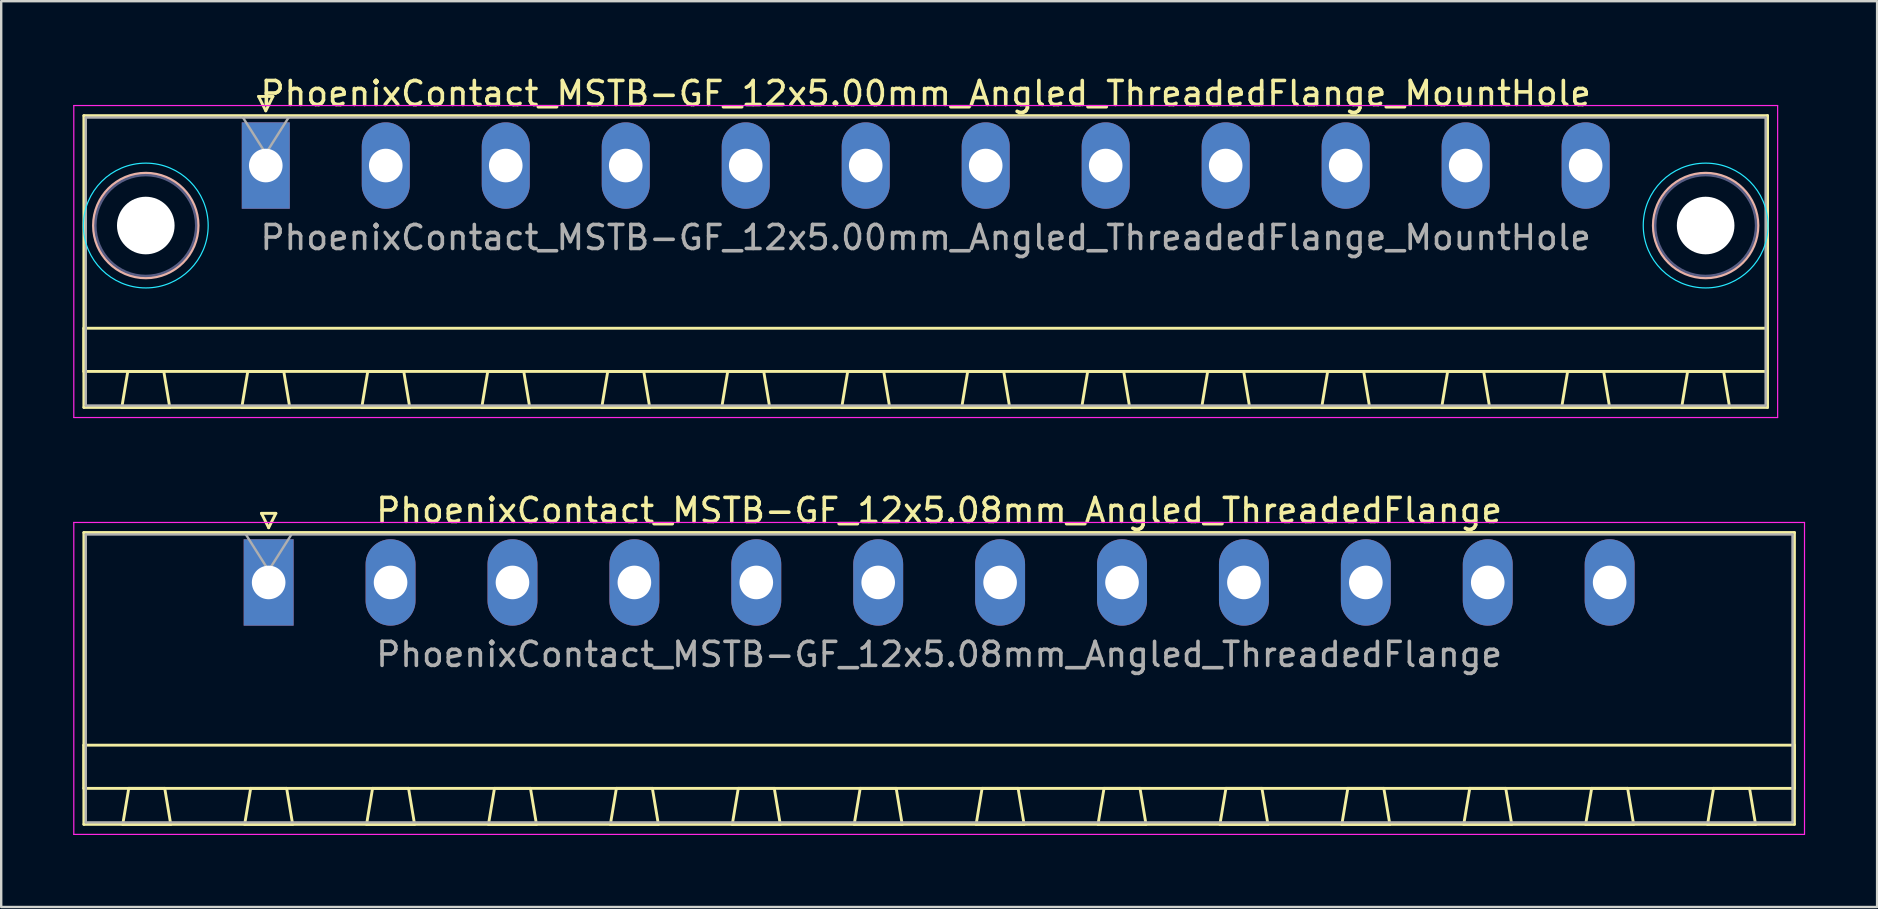
<source format=kicad_pcb>
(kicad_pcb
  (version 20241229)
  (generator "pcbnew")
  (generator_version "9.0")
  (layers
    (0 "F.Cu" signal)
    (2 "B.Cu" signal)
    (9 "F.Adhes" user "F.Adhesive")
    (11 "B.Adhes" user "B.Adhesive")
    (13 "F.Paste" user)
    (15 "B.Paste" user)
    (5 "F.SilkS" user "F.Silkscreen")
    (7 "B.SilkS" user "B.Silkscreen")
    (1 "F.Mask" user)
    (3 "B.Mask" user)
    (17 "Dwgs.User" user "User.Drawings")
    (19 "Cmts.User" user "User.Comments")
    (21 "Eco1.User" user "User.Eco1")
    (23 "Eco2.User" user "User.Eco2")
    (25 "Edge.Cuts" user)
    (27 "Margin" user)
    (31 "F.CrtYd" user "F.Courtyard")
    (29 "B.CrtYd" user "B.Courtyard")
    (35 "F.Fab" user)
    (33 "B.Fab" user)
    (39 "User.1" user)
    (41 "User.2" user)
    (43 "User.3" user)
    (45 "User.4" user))
  (footprint "PhoenixContact_MSTB-GF_12x5.08mm_Angled_ThreadedFlange"
    (layer "F.Cu")
    (at 8.145 21.221)
    (property "Reference" "PhoenixContact_MSTB-GF_12x5.08mm_Angled_ThreadedFlange" (at 27.94 -3 0) (layer "F.SilkS") (effects (font (size 1 1) (thickness 0.15))))
    (attr through_hole)
    (fp_line (start -7.7 -2.08) (end -7.7 10.08) (stroke (width 0.12) (type solid)) (layer "F.SilkS"))
    (fp_line (start -7.7 6.78) (end 63.58 6.78) (stroke (width 0.12) (type solid)) (layer "F.SilkS"))
    (fp_line (start -7.7 8.58) (end -7.7 6.78) (stroke (width 0.12) (type solid)) (layer "F.SilkS"))
    (fp_line (start -7.7 10.08) (end 63.58 10.08) (stroke (width 0.12) (type solid)) (layer "F.SilkS"))
    (fp_line (start -6.08 10.08) (end -4.08 10.08) (stroke (width 0.12) (type solid)) (layer "F.SilkS"))
    (fp_line (start -5.83 8.58) (end -6.08 10.08) (stroke (width 0.12) (type solid)) (layer "F.SilkS"))
    (fp_line (start -4.33 8.58) (end -5.83 8.58) (stroke (width 0.12) (type solid)) (layer "F.SilkS"))
    (fp_line (start -4.08 10.08) (end -4.33 8.58) (stroke (width 0.12) (type solid)) (layer "F.SilkS"))
    (fp_line (start -1 10.08) (end 1 10.08) (stroke (width 0.12) (type solid)) (layer "F.SilkS"))
    (fp_line (start -0.75 8.58) (end -1 10.08) (stroke (width 0.12) (type solid)) (layer "F.SilkS"))
    (fp_line (start -0.3 -2.88) (end 0.3 -2.88) (stroke (width 0.12) (type solid)) (layer "F.SilkS"))
    (fp_line (start 0 -2.28) (end -0.3 -2.88) (stroke (width 0.12) (type solid)) (layer "F.SilkS"))
    (fp_line (start 0.3 -2.88) (end 0 -2.28) (stroke (width 0.12) (type solid)) (layer "F.SilkS"))
    (fp_line (start 0.75 8.58) (end -0.75 8.58) (stroke (width 0.12) (type solid)) (layer "F.SilkS"))
    (fp_line (start 1 10.08) (end 0.75 8.58) (stroke (width 0.12) (type solid)) (layer "F.SilkS"))
    (fp_line (start 4.08 10.08) (end 6.08 10.08) (stroke (width 0.12) (type solid)) (layer "F.SilkS"))
    (fp_line (start 4.33 8.58) (end 4.08 10.08) (stroke (width 0.12) (type solid)) (layer "F.SilkS"))
    (fp_line (start 5.83 8.58) (end 4.33 8.58) (stroke (width 0.12) (type solid)) (layer "F.SilkS"))
    (fp_line (start 6.08 10.08) (end 5.83 8.58) (stroke (width 0.12) (type solid)) (layer "F.SilkS"))
    (fp_line (start 9.16 10.08) (end 11.16 10.08) (stroke (width 0.12) (type solid)) (layer "F.SilkS"))
    (fp_line (start 9.41 8.58) (end 9.16 10.08) (stroke (width 0.12) (type solid)) (layer "F.SilkS"))
    (fp_line (start 10.91 8.58) (end 9.41 8.58) (stroke (width 0.12) (type solid)) (layer "F.SilkS"))
    (fp_line (start 11.16 10.08) (end 10.91 8.58) (stroke (width 0.12) (type solid)) (layer "F.SilkS"))
    (fp_line (start 14.24 10.08) (end 16.24 10.08) (stroke (width 0.12) (type solid)) (layer "F.SilkS"))
    (fp_line (start 14.49 8.58) (end 14.24 10.08) (stroke (width 0.12) (type solid)) (layer "F.SilkS"))
    (fp_line (start 15.99 8.58) (end 14.49 8.58) (stroke (width 0.12) (type solid)) (layer "F.SilkS"))
    (fp_line (start 16.24 10.08) (end 15.99 8.58) (stroke (width 0.12) (type solid)) (layer "F.SilkS"))
    (fp_line (start 19.32 10.08) (end 21.32 10.08) (stroke (width 0.12) (type solid)) (layer "F.SilkS"))
    (fp_line (start 19.57 8.58) (end 19.32 10.08) (stroke (width 0.12) (type solid)) (layer "F.SilkS"))
    (fp_line (start 21.07 8.58) (end 19.57 8.58) (stroke (width 0.12) (type solid)) (layer "F.SilkS"))
    (fp_line (start 21.32 10.08) (end 21.07 8.58) (stroke (width 0.12) (type solid)) (layer "F.SilkS"))
    (fp_line (start 24.4 10.08) (end 26.4 10.08) (stroke (width 0.12) (type solid)) (layer "F.SilkS"))
    (fp_line (start 24.65 8.58) (end 24.4 10.08) (stroke (width 0.12) (type solid)) (layer "F.SilkS"))
    (fp_line (start 26.15 8.58) (end 24.65 8.58) (stroke (width 0.12) (type solid)) (layer "F.SilkS"))
    (fp_line (start 26.4 10.08) (end 26.15 8.58) (stroke (width 0.12) (type solid)) (layer "F.SilkS"))
    (fp_line (start 29.48 10.08) (end 31.48 10.08) (stroke (width 0.12) (type solid)) (layer "F.SilkS"))
    (fp_line (start 29.73 8.58) (end 29.48 10.08) (stroke (width 0.12) (type solid)) (layer "F.SilkS"))
    (fp_line (start 31.23 8.58) (end 29.73 8.58) (stroke (width 0.12) (type solid)) (layer "F.SilkS"))
    (fp_line (start 31.48 10.08) (end 31.23 8.58) (stroke (width 0.12) (type solid)) (layer "F.SilkS"))
    (fp_line (start 34.56 10.08) (end 36.56 10.08) (stroke (width 0.12) (type solid)) (layer "F.SilkS"))
    (fp_line (start 34.81 8.58) (end 34.56 10.08) (stroke (width 0.12) (type solid)) (layer "F.SilkS"))
    (fp_line (start 36.31 8.58) (end 34.81 8.58) (stroke (width 0.12) (type solid)) (layer "F.SilkS"))
    (fp_line (start 36.56 10.08) (end 36.31 8.58) (stroke (width 0.12) (type solid)) (layer "F.SilkS"))
    (fp_line (start 39.64 10.08) (end 41.64 10.08) (stroke (width 0.12) (type solid)) (layer "F.SilkS"))
    (fp_line (start 39.89 8.58) (end 39.64 10.08) (stroke (width 0.12) (type solid)) (layer "F.SilkS"))
    (fp_line (start 41.39 8.58) (end 39.89 8.58) (stroke (width 0.12) (type solid)) (layer "F.SilkS"))
    (fp_line (start 41.64 10.08) (end 41.39 8.58) (stroke (width 0.12) (type solid)) (layer "F.SilkS"))
    (fp_line (start 44.72 10.08) (end 46.72 10.08) (stroke (width 0.12) (type solid)) (layer "F.SilkS"))
    (fp_line (start 44.97 8.58) (end 44.72 10.08) (stroke (width 0.12) (type solid)) (layer "F.SilkS"))
    (fp_line (start 46.47 8.58) (end 44.97 8.58) (stroke (width 0.12) (type solid)) (layer "F.SilkS"))
    (fp_line (start 46.72 10.08) (end 46.47 8.58) (stroke (width 0.12) (type solid)) (layer "F.SilkS"))
    (fp_line (start 49.8 10.08) (end 51.8 10.08) (stroke (width 0.12) (type solid)) (layer "F.SilkS"))
    (fp_line (start 50.05 8.58) (end 49.8 10.08) (stroke (width 0.12) (type solid)) (layer "F.SilkS"))
    (fp_line (start 51.55 8.58) (end 50.05 8.58) (stroke (width 0.12) (type solid)) (layer "F.SilkS"))
    (fp_line (start 51.8 10.08) (end 51.55 8.58) (stroke (width 0.12) (type solid)) (layer "F.SilkS"))
    (fp_line (start 54.88 10.08) (end 56.88 10.08) (stroke (width 0.12) (type solid)) (layer "F.SilkS"))
    (fp_line (start 55.13 8.58) (end 54.88 10.08) (stroke (width 0.12) (type solid)) (layer "F.SilkS"))
    (fp_line (start 56.63 8.58) (end 55.13 8.58) (stroke (width 0.12) (type solid)) (layer "F.SilkS"))
    (fp_line (start 56.88 10.08) (end 56.63 8.58) (stroke (width 0.12) (type solid)) (layer "F.SilkS"))
    (fp_line (start 59.96 10.08) (end 61.96 10.08) (stroke (width 0.12) (type solid)) (layer "F.SilkS"))
    (fp_line (start 60.21 8.58) (end 59.96 10.08) (stroke (width 0.12) (type solid)) (layer "F.SilkS"))
    (fp_line (start 61.71 8.58) (end 60.21 8.58) (stroke (width 0.12) (type solid)) (layer "F.SilkS"))
    (fp_line (start 61.96 10.08) (end 61.71 8.58) (stroke (width 0.12) (type solid)) (layer "F.SilkS"))
    (fp_line (start 63.58 -2.08) (end -7.7 -2.08) (stroke (width 0.12) (type solid)) (layer "F.SilkS"))
    (fp_line (start 63.58 6.78) (end 63.58 8.58) (stroke (width 0.12) (type solid)) (layer "F.SilkS"))
    (fp_line (start 63.58 8.58) (end -7.7 8.58) (stroke (width 0.12) (type solid)) (layer "F.SilkS"))
    (fp_line (start 63.58 10.08) (end 63.58 -2.08) (stroke (width 0.12) (type solid)) (layer "F.SilkS"))
    (fp_line (start -8.12 -2.5) (end -8.12 10.5) (stroke (width 0.05) (type solid)) (layer "F.CrtYd"))
    (fp_line (start -8.12 10.5) (end 64 10.5) (stroke (width 0.05) (type solid)) (layer "F.CrtYd"))
    (fp_line (start 64 -2.5) (end -8.12 -2.5) (stroke (width 0.05) (type solid)) (layer "F.CrtYd"))
    (fp_line (start 64 10.5) (end 64 -2.5) (stroke (width 0.05) (type solid)) (layer "F.CrtYd"))
    (fp_line (start -7.62 -2) (end -7.62 10) (stroke (width 0.1) (type solid)) (layer "F.Fab"))
    (fp_line (start -7.62 10) (end 63.5 10) (stroke (width 0.1) (type solid)) (layer "F.Fab"))
    (fp_line (start 0 -0.5) (end -0.95 -2) (stroke (width 0.1) (type solid)) (layer "F.Fab"))
    (fp_line (start 0.95 -2) (end 0 -0.5) (stroke (width 0.1) (type solid)) (layer "F.Fab"))
    (fp_line (start 63.5 -2) (end -7.62 -2) (stroke (width 0.1) (type solid)) (layer "F.Fab"))
    (fp_line (start 63.5 10) (end 63.5 -2) (stroke (width 0.1) (type solid)) (layer "F.Fab"))
    (fp_text user "${REFERENCE}" (at 27.94 3 0) (layer "F.Fab") (effects (font (size 1 1) (thickness 0.15))))
    (pad "1" thru_hole rect (at 0 0) (size 2.08 3.6) (drill 1.4) (layers "*.Cu" "*.Mask"))
    (pad "2" thru_hole oval (at 5.08 0) (size 2.08 3.6) (drill 1.4) (layers "*.Cu" "*.Mask"))
    (pad "3" thru_hole oval (at 10.16 0) (size 2.08 3.6) (drill 1.4) (layers "*.Cu" "*.Mask"))
    (pad "4" thru_hole oval (at 15.24 0) (size 2.08 3.6) (drill 1.4) (layers "*.Cu" "*.Mask"))
    (pad "5" thru_hole oval (at 20.32 0) (size 2.08 3.6) (drill 1.4) (layers "*.Cu" "*.Mask"))
    (pad "6" thru_hole oval (at 25.4 0) (size 2.08 3.6) (drill 1.4) (layers "*.Cu" "*.Mask"))
    (pad "7" thru_hole oval (at 30.48 0) (size 2.08 3.6) (drill 1.4) (layers "*.Cu" "*.Mask"))
    (pad "8" thru_hole oval (at 35.56 0) (size 2.08 3.6) (drill 1.4) (layers "*.Cu" "*.Mask"))
    (pad "9" thru_hole oval (at 40.64 0) (size 2.08 3.6) (drill 1.4) (layers "*.Cu" "*.Mask"))
    (pad "10" thru_hole oval (at 45.72 0) (size 2.08 3.6) (drill 1.4) (layers "*.Cu" "*.Mask"))
    (pad "11" thru_hole oval (at 50.8 0) (size 2.08 3.6) (drill 1.4) (layers "*.Cu" "*.Mask"))
    (pad "12" thru_hole oval (at 55.88 0) (size 2.08 3.6) (drill 1.4) (layers "*.Cu" "*.Mask")))
  (footprint "PhoenixContact_MSTB-GF_12x5.00mm_Angled_ThreadedFlange_MountHole"
    (layer "F.Cu")
    (at 8.025 3.848)
    (property "Reference" "PhoenixContact_MSTB-GF_12x5.00mm_Angled_ThreadedFlange_MountHole" (at 27.5 -3 0) (layer "F.SilkS") (effects (font (size 1 1) (thickness 0.15))))
    (attr through_hole)
    (fp_line (start -7.58 -2.08) (end -7.58 10.08) (stroke (width 0.12) (type solid)) (layer "F.SilkS"))
    (fp_line (start -7.58 6.78) (end 62.58 6.78) (stroke (width 0.12) (type solid)) (layer "F.SilkS"))
    (fp_line (start -7.58 8.58) (end -7.58 6.78) (stroke (width 0.12) (type solid)) (layer "F.SilkS"))
    (fp_line (start -7.58 10.08) (end 62.58 10.08) (stroke (width 0.12) (type solid)) (layer "F.SilkS"))
    (fp_line (start -6 10.08) (end -4 10.08) (stroke (width 0.12) (type solid)) (layer "F.SilkS"))
    (fp_line (start -5.75 8.58) (end -6 10.08) (stroke (width 0.12) (type solid)) (layer "F.SilkS"))
    (fp_line (start -4.25 8.58) (end -5.75 8.58) (stroke (width 0.12) (type solid)) (layer "F.SilkS"))
    (fp_line (start -4 10.08) (end -4.25 8.58) (stroke (width 0.12) (type solid)) (layer "F.SilkS"))
    (fp_line (start -1 10.08) (end 1 10.08) (stroke (width 0.12) (type solid)) (layer "F.SilkS"))
    (fp_line (start -0.75 8.58) (end -1 10.08) (stroke (width 0.12) (type solid)) (layer "F.SilkS"))
    (fp_line (start -0.3 -2.88) (end 0.3 -2.88) (stroke (width 0.12) (type solid)) (layer "F.SilkS"))
    (fp_line (start 0 -2.28) (end -0.3 -2.88) (stroke (width 0.12) (type solid)) (layer "F.SilkS"))
    (fp_line (start 0.3 -2.88) (end 0 -2.28) (stroke (width 0.12) (type solid)) (layer "F.SilkS"))
    (fp_line (start 0.75 8.58) (end -0.75 8.58) (stroke (width 0.12) (type solid)) (layer "F.SilkS"))
    (fp_line (start 1 10.08) (end 0.75 8.58) (stroke (width 0.12) (type solid)) (layer "F.SilkS"))
    (fp_line (start 4 10.08) (end 6 10.08) (stroke (width 0.12) (type solid)) (layer "F.SilkS"))
    (fp_line (start 4.25 8.58) (end 4 10.08) (stroke (width 0.12) (type solid)) (layer "F.SilkS"))
    (fp_line (start 5.75 8.58) (end 4.25 8.58) (stroke (width 0.12) (type solid)) (layer "F.SilkS"))
    (fp_line (start 6 10.08) (end 5.75 8.58) (stroke (width 0.12) (type solid)) (layer "F.SilkS"))
    (fp_line (start 9 10.08) (end 11 10.08) (stroke (width 0.12) (type solid)) (layer "F.SilkS"))
    (fp_line (start 9.25 8.58) (end 9 10.08) (stroke (width 0.12) (type solid)) (layer "F.SilkS"))
    (fp_line (start 10.75 8.58) (end 9.25 8.58) (stroke (width 0.12) (type solid)) (layer "F.SilkS"))
    (fp_line (start 11 10.08) (end 10.75 8.58) (stroke (width 0.12) (type solid)) (layer "F.SilkS"))
    (fp_line (start 14 10.08) (end 16 10.08) (stroke (width 0.12) (type solid)) (layer "F.SilkS"))
    (fp_line (start 14.25 8.58) (end 14 10.08) (stroke (width 0.12) (type solid)) (layer "F.SilkS"))
    (fp_line (start 15.75 8.58) (end 14.25 8.58) (stroke (width 0.12) (type solid)) (layer "F.SilkS"))
    (fp_line (start 16 10.08) (end 15.75 8.58) (stroke (width 0.12) (type solid)) (layer "F.SilkS"))
    (fp_line (start 19 10.08) (end 21 10.08) (stroke (width 0.12) (type solid)) (layer "F.SilkS"))
    (fp_line (start 19.25 8.58) (end 19 10.08) (stroke (width 0.12) (type solid)) (layer "F.SilkS"))
    (fp_line (start 20.75 8.58) (end 19.25 8.58) (stroke (width 0.12) (type solid)) (layer "F.SilkS"))
    (fp_line (start 21 10.08) (end 20.75 8.58) (stroke (width 0.12) (type solid)) (layer "F.SilkS"))
    (fp_line (start 24 10.08) (end 26 10.08) (stroke (width 0.12) (type solid)) (layer "F.SilkS"))
    (fp_line (start 24.25 8.58) (end 24 10.08) (stroke (width 0.12) (type solid)) (layer "F.SilkS"))
    (fp_line (start 25.75 8.58) (end 24.25 8.58) (stroke (width 0.12) (type solid)) (layer "F.SilkS"))
    (fp_line (start 26 10.08) (end 25.75 8.58) (stroke (width 0.12) (type solid)) (layer "F.SilkS"))
    (fp_line (start 29 10.08) (end 31 10.08) (stroke (width 0.12) (type solid)) (layer "F.SilkS"))
    (fp_line (start 29.25 8.58) (end 29 10.08) (stroke (width 0.12) (type solid)) (layer "F.SilkS"))
    (fp_line (start 30.75 8.58) (end 29.25 8.58) (stroke (width 0.12) (type solid)) (layer "F.SilkS"))
    (fp_line (start 31 10.08) (end 30.75 8.58) (stroke (width 0.12) (type solid)) (layer "F.SilkS"))
    (fp_line (start 34 10.08) (end 36 10.08) (stroke (width 0.12) (type solid)) (layer "F.SilkS"))
    (fp_line (start 34.25 8.58) (end 34 10.08) (stroke (width 0.12) (type solid)) (layer "F.SilkS"))
    (fp_line (start 35.75 8.58) (end 34.25 8.58) (stroke (width 0.12) (type solid)) (layer "F.SilkS"))
    (fp_line (start 36 10.08) (end 35.75 8.58) (stroke (width 0.12) (type solid)) (layer "F.SilkS"))
    (fp_line (start 39 10.08) (end 41 10.08) (stroke (width 0.12) (type solid)) (layer "F.SilkS"))
    (fp_line (start 39.25 8.58) (end 39 10.08) (stroke (width 0.12) (type solid)) (layer "F.SilkS"))
    (fp_line (start 40.75 8.58) (end 39.25 8.58) (stroke (width 0.12) (type solid)) (layer "F.SilkS"))
    (fp_line (start 41 10.08) (end 40.75 8.58) (stroke (width 0.12) (type solid)) (layer "F.SilkS"))
    (fp_line (start 44 10.08) (end 46 10.08) (stroke (width 0.12) (type solid)) (layer "F.SilkS"))
    (fp_line (start 44.25 8.58) (end 44 10.08) (stroke (width 0.12) (type solid)) (layer "F.SilkS"))
    (fp_line (start 45.75 8.58) (end 44.25 8.58) (stroke (width 0.12) (type solid)) (layer "F.SilkS"))
    (fp_line (start 46 10.08) (end 45.75 8.58) (stroke (width 0.12) (type solid)) (layer "F.SilkS"))
    (fp_line (start 49 10.08) (end 51 10.08) (stroke (width 0.12) (type solid)) (layer "F.SilkS"))
    (fp_line (start 49.25 8.58) (end 49 10.08) (stroke (width 0.12) (type solid)) (layer "F.SilkS"))
    (fp_line (start 50.75 8.58) (end 49.25 8.58) (stroke (width 0.12) (type solid)) (layer "F.SilkS"))
    (fp_line (start 51 10.08) (end 50.75 8.58) (stroke (width 0.12) (type solid)) (layer "F.SilkS"))
    (fp_line (start 54 10.08) (end 56 10.08) (stroke (width 0.12) (type solid)) (layer "F.SilkS"))
    (fp_line (start 54.25 8.58) (end 54 10.08) (stroke (width 0.12) (type solid)) (layer "F.SilkS"))
    (fp_line (start 55.75 8.58) (end 54.25 8.58) (stroke (width 0.12) (type solid)) (layer "F.SilkS"))
    (fp_line (start 56 10.08) (end 55.75 8.58) (stroke (width 0.12) (type solid)) (layer "F.SilkS"))
    (fp_line (start 59 10.08) (end 61 10.08) (stroke (width 0.12) (type solid)) (layer "F.SilkS"))
    (fp_line (start 59.25 8.58) (end 59 10.08) (stroke (width 0.12) (type solid)) (layer "F.SilkS"))
    (fp_line (start 60.75 8.58) (end 59.25 8.58) (stroke (width 0.12) (type solid)) (layer "F.SilkS"))
    (fp_line (start 61 10.08) (end 60.75 8.58) (stroke (width 0.12) (type solid)) (layer "F.SilkS"))
    (fp_line (start 62.58 -2.08) (end -7.58 -2.08) (stroke (width 0.12) (type solid)) (layer "F.SilkS"))
    (fp_line (start 62.58 6.78) (end 62.58 8.58) (stroke (width 0.12) (type solid)) (layer "F.SilkS"))
    (fp_line (start 62.58 8.58) (end -7.58 8.58) (stroke (width 0.12) (type solid)) (layer "F.SilkS"))
    (fp_line (start 62.58 10.08) (end 62.58 -2.08) (stroke (width 0.12) (type solid)) (layer "F.SilkS"))
    (fp_circle (center -5 2.5) (end -2.82 2.5) (stroke (width 0.12) (type solid)) (fill no) (layer "B.SilkS"))
    (fp_circle (center 60 2.5) (end 62.18 2.5) (stroke (width 0.12) (type solid)) (fill no) (layer "B.SilkS"))
    (fp_circle (center -5 2.5) (end -2.4 2.5) (stroke (width 0.05) (type solid)) (fill no) (layer "B.CrtYd"))
    (fp_circle (center 60 2.5) (end 62.6 2.5) (stroke (width 0.05) (type solid)) (fill no) (layer "B.CrtYd"))
    (fp_line (start -8 -2.5) (end -8 10.5) (stroke (width 0.05) (type solid)) (layer "F.CrtYd"))
    (fp_line (start -8 10.5) (end 63 10.5) (stroke (width 0.05) (type solid)) (layer "F.CrtYd"))
    (fp_line (start 63 -2.5) (end -8 -2.5) (stroke (width 0.05) (type solid)) (layer "F.CrtYd"))
    (fp_line (start 63 10.5) (end 63 -2.5) (stroke (width 0.05) (type solid)) (layer "F.CrtYd"))
    (fp_circle (center -5 2.5) (end -2.9 2.5) (stroke (width 0.1) (type solid)) (fill no) (layer "B.Fab"))
    (fp_circle (center 60 2.5) (end 62.1 2.5) (stroke (width 0.1) (type solid)) (fill no) (layer "B.Fab"))
    (fp_line (start -7.5 -2) (end -7.5 10) (stroke (width 0.1) (type solid)) (layer "F.Fab"))
    (fp_line (start -7.5 10) (end 62.5 10) (stroke (width 0.1) (type solid)) (layer "F.Fab"))
    (fp_line (start 0 -0.5) (end -0.95 -2) (stroke (width 0.1) (type solid)) (layer "F.Fab"))
    (fp_line (start 0.95 -2) (end 0 -0.5) (stroke (width 0.1) (type solid)) (layer "F.Fab"))
    (fp_line (start 62.5 -2) (end -7.5 -2) (stroke (width 0.1) (type solid)) (layer "F.Fab"))
    (fp_line (start 62.5 10) (end 62.5 -2) (stroke (width 0.1) (type solid)) (layer "F.Fab"))
    (fp_text user "${REFERENCE}" (at 27.5 3 0) (layer "F.Fab") (effects (font (size 1 1) (thickness 0.15))))
    (pad "" np_thru_hole circle (at -5 2.5) (size 2.4 2.4) (drill 2.4) (layers "*.Cu" "*.Mask"))
    (pad "" np_thru_hole circle (at 60 2.5) (size 2.4 2.4) (drill 2.4) (layers "*.Cu" "*.Mask"))
    (pad "1" thru_hole rect (at 0 0) (size 2 3.6) (drill 1.4) (layers "*.Cu" "*.Mask"))
    (pad "2" thru_hole oval (at 5 0) (size 2 3.6) (drill 1.4) (layers "*.Cu" "*.Mask"))
    (pad "3" thru_hole oval (at 10 0) (size 2 3.6) (drill 1.4) (layers "*.Cu" "*.Mask"))
    (pad "4" thru_hole oval (at 15 0) (size 2 3.6) (drill 1.4) (layers "*.Cu" "*.Mask"))
    (pad "5" thru_hole oval (at 20 0) (size 2 3.6) (drill 1.4) (layers "*.Cu" "*.Mask"))
    (pad "6" thru_hole oval (at 25 0) (size 2 3.6) (drill 1.4) (layers "*.Cu" "*.Mask"))
    (pad "7" thru_hole oval (at 30 0) (size 2 3.6) (drill 1.4) (layers "*.Cu" "*.Mask"))
    (pad "8" thru_hole oval (at 35 0) (size 2 3.6) (drill 1.4) (layers "*.Cu" "*.Mask"))
    (pad "9" thru_hole oval (at 40 0) (size 2 3.6) (drill 1.4) (layers "*.Cu" "*.Mask"))
    (pad "10" thru_hole oval (at 45 0) (size 2 3.6) (drill 1.4) (layers "*.Cu" "*.Mask"))
    (pad "11" thru_hole oval (at 50 0) (size 2 3.6) (drill 1.4) (layers "*.Cu" "*.Mask"))
    (pad "12" thru_hole oval (at 55 0) (size 2 3.6) (drill 1.4) (layers "*.Cu" "*.Mask")))
  (gr_rect
    (start -3 -3)
    (end 75.17 34.746)
    (stroke (width 0.1) (type default))
    (fill no)
    (layer "Edge.Cuts")))
</source>
